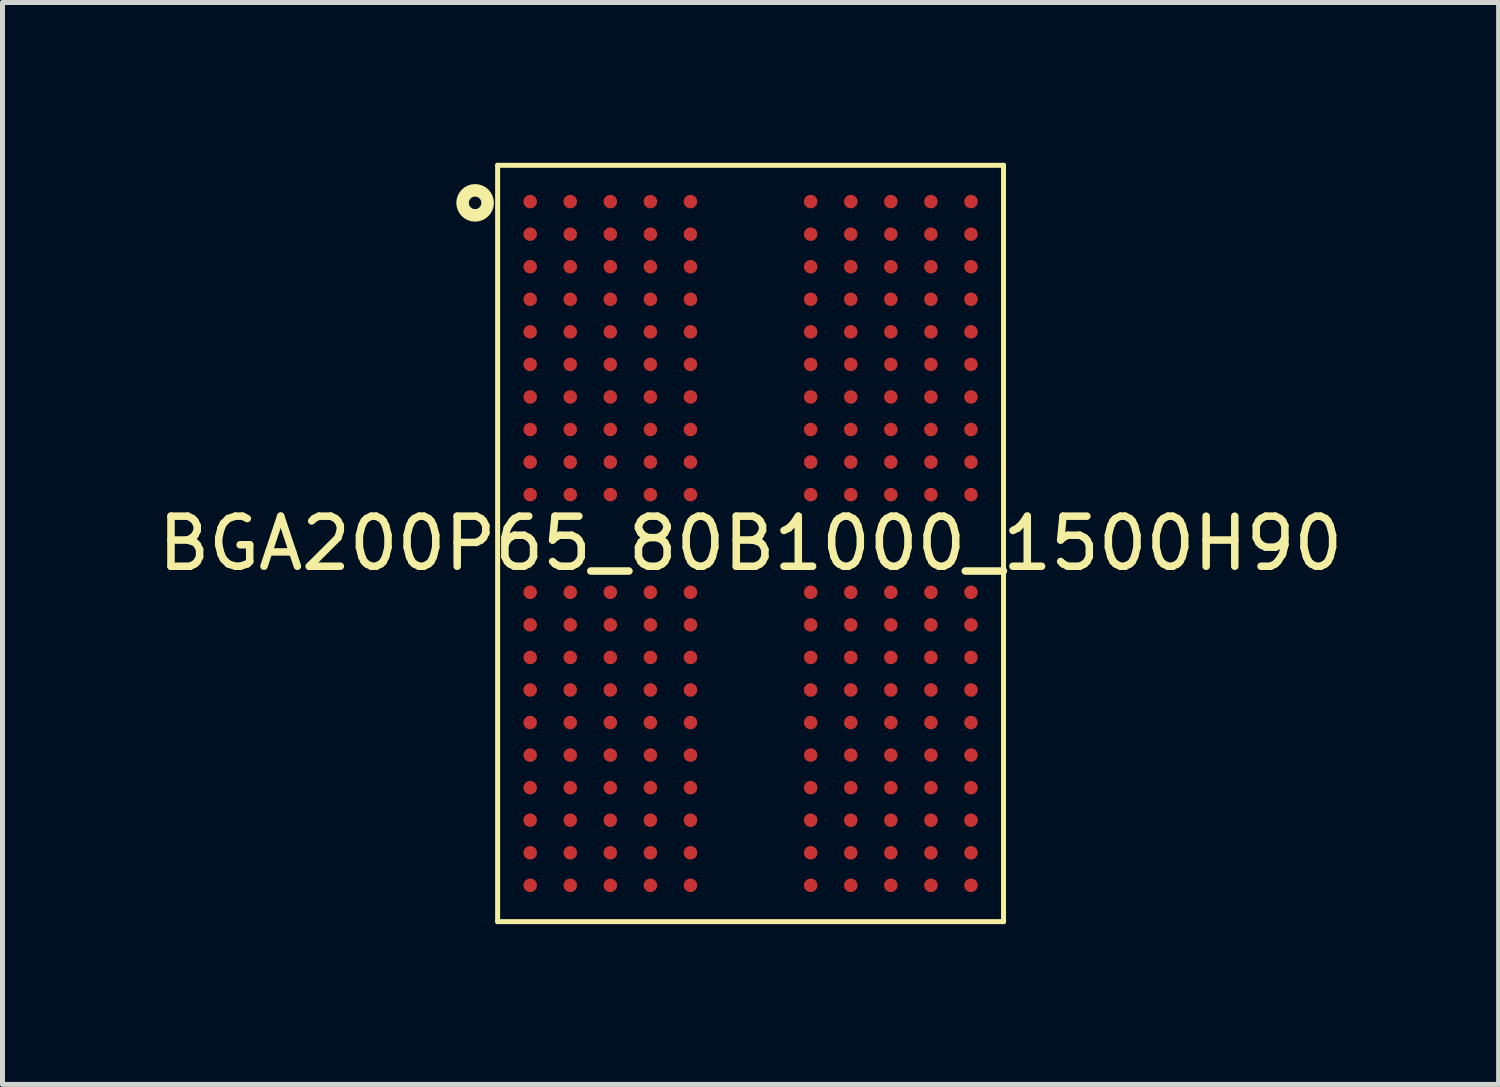
<source format=kicad_pcb>
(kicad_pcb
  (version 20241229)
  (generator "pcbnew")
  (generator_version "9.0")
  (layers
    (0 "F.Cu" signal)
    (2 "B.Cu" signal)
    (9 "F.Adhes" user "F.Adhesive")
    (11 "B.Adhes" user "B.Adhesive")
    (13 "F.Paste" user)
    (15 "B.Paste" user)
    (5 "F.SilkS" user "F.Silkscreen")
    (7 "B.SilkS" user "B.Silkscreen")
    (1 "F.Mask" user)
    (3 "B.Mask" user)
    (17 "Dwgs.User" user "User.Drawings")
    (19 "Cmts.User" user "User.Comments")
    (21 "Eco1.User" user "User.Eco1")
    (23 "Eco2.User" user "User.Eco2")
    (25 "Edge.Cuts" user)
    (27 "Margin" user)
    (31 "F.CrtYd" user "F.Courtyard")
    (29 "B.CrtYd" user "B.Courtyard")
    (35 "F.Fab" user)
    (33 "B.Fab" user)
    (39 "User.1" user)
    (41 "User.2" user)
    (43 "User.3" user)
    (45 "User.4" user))
  (footprint "BGA200P65_80B1000_1500H90"
    (layer "F.Cu")
    (at 11.935 7.8)
    (property "Reference" "BGA200P65_80B1000_1500H90" (at 0 0 0) (layer "F.SilkS") (effects (font (size 1 1) (thickness 0.15))))
    (fp_line (start -5.05 -7.55) (end 5.05 -7.55) (stroke (width 0.1) (type default)) (layer "F.SilkS"))
    (fp_line (start -5.05 7.55) (end -5.05 -7.55) (stroke (width 0.1) (type default)) (layer "F.SilkS"))
    (fp_line (start -5.05 7.55) (end 5.05 7.55) (stroke (width 0.1) (type default)) (layer "F.SilkS"))
    (fp_line (start 5.05 7.55) (end 5.05 -7.55) (stroke (width 0.1) (type default)) (layer "F.SilkS"))
    (fp_circle (center -5.5 -6.8) (end -5.25 -6.8) (stroke (width 0.25) (type default)) (fill no) (layer "F.SilkS"))
    (fp_line (start -5.25 -7.75) (end 5.25 -7.75) (stroke (width 0.025) (type default)) (layer "User.1"))
    (fp_line (start -5.25 7.75) (end -5.25 -7.75) (stroke (width 0.025) (type default)) (layer "User.1"))
    (fp_line (start -5.25 7.75) (end 5.25 7.75) (stroke (width 0.025) (type default)) (layer "User.1"))
    (fp_line (start -5.05 -7.55) (end 5.05 -7.55) (stroke (width 0.025) (type default)) (layer "User.1"))
    (fp_line (start -5.05 7.55) (end -5.05 -7.55) (stroke (width 0.025) (type default)) (layer "User.1"))
    (fp_line (start -5.05 7.55) (end 5.05 7.55) (stroke (width 0.025) (type default)) (layer "User.1"))
    (fp_line (start 5.05 7.55) (end 5.05 -7.55) (stroke (width 0.025) (type default)) (layer "User.1"))
    (fp_line (start 5.25 7.75) (end 5.25 -7.75) (stroke (width 0.025) (type default)) (layer "User.1"))
    (fp_poly (pts (xy -5.25 7.75) (xy 5.25 7.75) (xy 5.25 -7.75) (xy -5.05 -7.75) (xy -5.05 -7.6) (xy 5.1 -7.6) (xy 5.1 7.6) (xy -5.1 7.6) (xy -5.1 -7.55) (xy -5.1 -7.75) (xy -5.25 -7.75)) (stroke (width 0.1) (type default)) (fill no) (layer "User.1"))
    (fp_poly (pts (xy -5.25 7.75) (xy 5.25 7.75) (xy 5.25 -7.75) (xy -5.05 -7.75) (xy -5.05 -7.6) (xy 5.1 -7.6) (xy 5.1 7.6) (xy -5.1 7.6) (xy -5.1 -7.55) (xy -5.1 -7.75) (xy -5.25 -7.75)) (stroke (width 0.1) (type default)) (fill no) (layer "User.1"))
    (pad "A1" smd circle (at -4.4 -6.825) (size 0.27 0.27) (layers "F.Cu" "F.Mask" "F.Paste"))
    (pad "A2" smd circle (at -3.6 -6.825) (size 0.27 0.27) (layers "F.Cu" "F.Mask" "F.Paste"))
    (pad "A3" smd circle (at -2.8 -6.825) (size 0.27 0.27) (layers "F.Cu" "F.Mask" "F.Paste"))
    (pad "A4" smd circle (at -2 -6.825) (size 0.27 0.27) (layers "F.Cu" "F.Mask" "F.Paste"))
    (pad "A5" smd circle (at -1.2 -6.825) (size 0.27 0.27) (layers "F.Cu" "F.Mask" "F.Paste"))
    (pad "A8" smd circle (at 1.2 -6.825) (size 0.27 0.27) (layers "F.Cu" "F.Mask" "F.Paste"))
    (pad "A9" smd circle (at 2 -6.825) (size 0.27 0.27) (layers "F.Cu" "F.Mask" "F.Paste"))
    (pad "A10" smd circle (at 2.8 -6.825) (size 0.27 0.27) (layers "F.Cu" "F.Mask" "F.Paste"))
    (pad "A11" smd circle (at 3.6 -6.825) (size 0.27 0.27) (layers "F.Cu" "F.Mask" "F.Paste"))
    (pad "A12" smd circle (at 4.4 -6.825) (size 0.27 0.27) (layers "F.Cu" "F.Mask" "F.Paste"))
    (pad "AA1" smd circle (at -4.4 6.175) (size 0.27 0.27) (layers "F.Cu" "F.Mask" "F.Paste"))
    (pad "AA2" smd circle (at -3.6 6.175) (size 0.27 0.27) (layers "F.Cu" "F.Mask" "F.Paste"))
    (pad "AA3" smd circle (at -2.8 6.175) (size 0.27 0.27) (layers "F.Cu" "F.Mask" "F.Paste"))
    (pad "AA4" smd circle (at -2 6.175) (size 0.27 0.27) (layers "F.Cu" "F.Mask" "F.Paste"))
    (pad "AA5" smd circle (at -1.2 6.175) (size 0.27 0.27) (layers "F.Cu" "F.Mask" "F.Paste"))
    (pad "AA8" smd circle (at 1.2 6.175) (size 0.27 0.27) (layers "F.Cu" "F.Mask" "F.Paste"))
    (pad "AA9" smd circle (at 2 6.175) (size 0.27 0.27) (layers "F.Cu" "F.Mask" "F.Paste"))
    (pad "AA10" smd circle (at 2.8 6.175) (size 0.27 0.27) (layers "F.Cu" "F.Mask" "F.Paste"))
    (pad "AA11" smd circle (at 3.6 6.175) (size 0.27 0.27) (layers "F.Cu" "F.Mask" "F.Paste"))
    (pad "AA12" smd circle (at 4.4 6.175) (size 0.27 0.27) (layers "F.Cu" "F.Mask" "F.Paste"))
    (pad "AB1" smd circle (at -4.4 6.825) (size 0.27 0.27) (layers "F.Cu" "F.Mask" "F.Paste"))
    (pad "AB2" smd circle (at -3.6 6.825) (size 0.27 0.27) (layers "F.Cu" "F.Mask" "F.Paste"))
    (pad "AB3" smd circle (at -2.8 6.825) (size 0.27 0.27) (layers "F.Cu" "F.Mask" "F.Paste"))
    (pad "AB4" smd circle (at -2 6.825) (size 0.27 0.27) (layers "F.Cu" "F.Mask" "F.Paste"))
    (pad "AB5" smd circle (at -1.2 6.825) (size 0.27 0.27) (layers "F.Cu" "F.Mask" "F.Paste"))
    (pad "AB8" smd circle (at 1.2 6.825) (size 0.27 0.27) (layers "F.Cu" "F.Mask" "F.Paste"))
    (pad "AB9" smd circle (at 2 6.825) (size 0.27 0.27) (layers "F.Cu" "F.Mask" "F.Paste"))
    (pad "AB10" smd circle (at 2.8 6.825) (size 0.27 0.27) (layers "F.Cu" "F.Mask" "F.Paste"))
    (pad "AB11" smd circle (at 3.6 6.825) (size 0.27 0.27) (layers "F.Cu" "F.Mask" "F.Paste"))
    (pad "AB12" smd circle (at 4.4 6.825) (size 0.27 0.27) (layers "F.Cu" "F.Mask" "F.Paste"))
    (pad "B1" smd circle (at -4.4 -6.175) (size 0.27 0.27) (layers "F.Cu" "F.Mask" "F.Paste"))
    (pad "B2" smd circle (at -3.6 -6.175) (size 0.27 0.27) (layers "F.Cu" "F.Mask" "F.Paste"))
    (pad "B3" smd circle (at -2.8 -6.175) (size 0.27 0.27) (layers "F.Cu" "F.Mask" "F.Paste"))
    (pad "B4" smd circle (at -2 -6.175) (size 0.27 0.27) (layers "F.Cu" "F.Mask" "F.Paste"))
    (pad "B5" smd circle (at -1.2 -6.175) (size 0.27 0.27) (layers "F.Cu" "F.Mask" "F.Paste"))
    (pad "B8" smd circle (at 1.2 -6.175) (size 0.27 0.27) (layers "F.Cu" "F.Mask" "F.Paste"))
    (pad "B9" smd circle (at 2 -6.175) (size 0.27 0.27) (layers "F.Cu" "F.Mask" "F.Paste"))
    (pad "B10" smd circle (at 2.8 -6.175) (size 0.27 0.27) (layers "F.Cu" "F.Mask" "F.Paste"))
    (pad "B11" smd circle (at 3.6 -6.175) (size 0.27 0.27) (layers "F.Cu" "F.Mask" "F.Paste"))
    (pad "B12" smd circle (at 4.4 -6.175) (size 0.27 0.27) (layers "F.Cu" "F.Mask" "F.Paste"))
    (pad "C1" smd circle (at -4.4 -5.525) (size 0.27 0.27) (layers "F.Cu" "F.Mask" "F.Paste"))
    (pad "C2" smd circle (at -3.6 -5.525) (size 0.27 0.27) (layers "F.Cu" "F.Mask" "F.Paste"))
    (pad "C3" smd circle (at -2.8 -5.525) (size 0.27 0.27) (layers "F.Cu" "F.Mask" "F.Paste"))
    (pad "C4" smd circle (at -2 -5.525) (size 0.27 0.27) (layers "F.Cu" "F.Mask" "F.Paste"))
    (pad "C5" smd circle (at -1.2 -5.525) (size 0.27 0.27) (layers "F.Cu" "F.Mask" "F.Paste"))
    (pad "C8" smd circle (at 1.2 -5.525) (size 0.27 0.27) (layers "F.Cu" "F.Mask" "F.Paste"))
    (pad "C9" smd circle (at 2 -5.525) (size 0.27 0.27) (layers "F.Cu" "F.Mask" "F.Paste"))
    (pad "C10" smd circle (at 2.8 -5.525) (size 0.27 0.27) (layers "F.Cu" "F.Mask" "F.Paste"))
    (pad "C11" smd circle (at 3.6 -5.525) (size 0.27 0.27) (layers "F.Cu" "F.Mask" "F.Paste"))
    (pad "C12" smd circle (at 4.4 -5.525) (size 0.27 0.27) (layers "F.Cu" "F.Mask" "F.Paste"))
    (pad "D1" smd circle (at -4.4 -4.875) (size 0.27 0.27) (layers "F.Cu" "F.Mask" "F.Paste"))
    (pad "D2" smd circle (at -3.6 -4.875) (size 0.27 0.27) (layers "F.Cu" "F.Mask" "F.Paste"))
    (pad "D3" smd circle (at -2.8 -4.875) (size 0.27 0.27) (layers "F.Cu" "F.Mask" "F.Paste"))
    (pad "D4" smd circle (at -2 -4.875) (size 0.27 0.27) (layers "F.Cu" "F.Mask" "F.Paste"))
    (pad "D5" smd circle (at -1.2 -4.875) (size 0.27 0.27) (layers "F.Cu" "F.Mask" "F.Paste"))
    (pad "D8" smd circle (at 1.2 -4.875) (size 0.27 0.27) (layers "F.Cu" "F.Mask" "F.Paste"))
    (pad "D9" smd circle (at 2 -4.875) (size 0.27 0.27) (layers "F.Cu" "F.Mask" "F.Paste"))
    (pad "D10" smd circle (at 2.8 -4.875) (size 0.27 0.27) (layers "F.Cu" "F.Mask" "F.Paste"))
    (pad "D11" smd circle (at 3.6 -4.875) (size 0.27 0.27) (layers "F.Cu" "F.Mask" "F.Paste"))
    (pad "D12" smd circle (at 4.4 -4.875) (size 0.27 0.27) (layers "F.Cu" "F.Mask" "F.Paste"))
    (pad "E1" smd circle (at -4.4 -4.225) (size 0.27 0.27) (layers "F.Cu" "F.Mask" "F.Paste"))
    (pad "E2" smd circle (at -3.6 -4.225) (size 0.27 0.27) (layers "F.Cu" "F.Mask" "F.Paste"))
    (pad "E3" smd circle (at -2.8 -4.225) (size 0.27 0.27) (layers "F.Cu" "F.Mask" "F.Paste"))
    (pad "E4" smd circle (at -2 -4.225) (size 0.27 0.27) (layers "F.Cu" "F.Mask" "F.Paste"))
    (pad "E5" smd circle (at -1.2 -4.225) (size 0.27 0.27) (layers "F.Cu" "F.Mask" "F.Paste"))
    (pad "E8" smd circle (at 1.2 -4.225) (size 0.27 0.27) (layers "F.Cu" "F.Mask" "F.Paste"))
    (pad "E9" smd circle (at 2 -4.225) (size 0.27 0.27) (layers "F.Cu" "F.Mask" "F.Paste"))
    (pad "E10" smd circle (at 2.8 -4.225) (size 0.27 0.27) (layers "F.Cu" "F.Mask" "F.Paste"))
    (pad "E11" smd circle (at 3.6 -4.225) (size 0.27 0.27) (layers "F.Cu" "F.Mask" "F.Paste"))
    (pad "E12" smd circle (at 4.4 -4.225) (size 0.27 0.27) (layers "F.Cu" "F.Mask" "F.Paste"))
    (pad "F1" smd circle (at -4.4 -3.575) (size 0.27 0.27) (layers "F.Cu" "F.Mask" "F.Paste"))
    (pad "F2" smd circle (at -3.6 -3.575) (size 0.27 0.27) (layers "F.Cu" "F.Mask" "F.Paste"))
    (pad "F3" smd circle (at -2.8 -3.575) (size 0.27 0.27) (layers "F.Cu" "F.Mask" "F.Paste"))
    (pad "F4" smd circle (at -2 -3.575) (size 0.27 0.27) (layers "F.Cu" "F.Mask" "F.Paste"))
    (pad "F5" smd circle (at -1.2 -3.575) (size 0.27 0.27) (layers "F.Cu" "F.Mask" "F.Paste"))
    (pad "F8" smd circle (at 1.2 -3.575) (size 0.27 0.27) (layers "F.Cu" "F.Mask" "F.Paste"))
    (pad "F9" smd circle (at 2 -3.575) (size 0.27 0.27) (layers "F.Cu" "F.Mask" "F.Paste"))
    (pad "F10" smd circle (at 2.8 -3.575) (size 0.27 0.27) (layers "F.Cu" "F.Mask" "F.Paste"))
    (pad "F11" smd circle (at 3.6 -3.575) (size 0.27 0.27) (layers "F.Cu" "F.Mask" "F.Paste"))
    (pad "F12" smd circle (at 4.4 -3.575) (size 0.27 0.27) (layers "F.Cu" "F.Mask" "F.Paste"))
    (pad "G1" smd circle (at -4.4 -2.925) (size 0.27 0.27) (layers "F.Cu" "F.Mask" "F.Paste"))
    (pad "G2" smd circle (at -3.6 -2.925) (size 0.27 0.27) (layers "F.Cu" "F.Mask" "F.Paste"))
    (pad "G3" smd circle (at -2.8 -2.925) (size 0.27 0.27) (layers "F.Cu" "F.Mask" "F.Paste"))
    (pad "G4" smd circle (at -2 -2.925) (size 0.27 0.27) (layers "F.Cu" "F.Mask" "F.Paste"))
    (pad "G5" smd circle (at -1.2 -2.925) (size 0.27 0.27) (layers "F.Cu" "F.Mask" "F.Paste"))
    (pad "G8" smd circle (at 1.2 -2.925) (size 0.27 0.27) (layers "F.Cu" "F.Mask" "F.Paste"))
    (pad "G9" smd circle (at 2 -2.925) (size 0.27 0.27) (layers "F.Cu" "F.Mask" "F.Paste"))
    (pad "G10" smd circle (at 2.8 -2.925) (size 0.27 0.27) (layers "F.Cu" "F.Mask" "F.Paste"))
    (pad "G11" smd circle (at 3.6 -2.925) (size 0.27 0.27) (layers "F.Cu" "F.Mask" "F.Paste"))
    (pad "G12" smd circle (at 4.4 -2.925) (size 0.27 0.27) (layers "F.Cu" "F.Mask" "F.Paste"))
    (pad "H1" smd circle (at -4.4 -2.275) (size 0.27 0.27) (layers "F.Cu" "F.Mask" "F.Paste"))
    (pad "H2" smd circle (at -3.6 -2.275) (size 0.27 0.27) (layers "F.Cu" "F.Mask" "F.Paste"))
    (pad "H3" smd circle (at -2.8 -2.275) (size 0.27 0.27) (layers "F.Cu" "F.Mask" "F.Paste"))
    (pad "H4" smd circle (at -2 -2.275) (size 0.27 0.27) (layers "F.Cu" "F.Mask" "F.Paste"))
    (pad "H5" smd circle (at -1.2 -2.275) (size 0.27 0.27) (layers "F.Cu" "F.Mask" "F.Paste"))
    (pad "H8" smd circle (at 1.2 -2.275) (size 0.27 0.27) (layers "F.Cu" "F.Mask" "F.Paste"))
    (pad "H9" smd circle (at 2 -2.275) (size 0.27 0.27) (layers "F.Cu" "F.Mask" "F.Paste"))
    (pad "H10" smd circle (at 2.8 -2.275) (size 0.27 0.27) (layers "F.Cu" "F.Mask" "F.Paste"))
    (pad "H11" smd circle (at 3.6 -2.275) (size 0.27 0.27) (layers "F.Cu" "F.Mask" "F.Paste"))
    (pad "H12" smd circle (at 4.4 -2.275) (size 0.27 0.27) (layers "F.Cu" "F.Mask" "F.Paste"))
    (pad "J1" smd circle (at -4.4 -1.625) (size 0.27 0.27) (layers "F.Cu" "F.Mask" "F.Paste"))
    (pad "J2" smd circle (at -3.6 -1.625) (size 0.27 0.27) (layers "F.Cu" "F.Mask" "F.Paste"))
    (pad "J3" smd circle (at -2.8 -1.625) (size 0.27 0.27) (layers "F.Cu" "F.Mask" "F.Paste"))
    (pad "J4" smd circle (at -2 -1.625) (size 0.27 0.27) (layers "F.Cu" "F.Mask" "F.Paste"))
    (pad "J5" smd circle (at -1.2 -1.625) (size 0.27 0.27) (layers "F.Cu" "F.Mask" "F.Paste"))
    (pad "J8" smd circle (at 1.2 -1.625) (size 0.27 0.27) (layers "F.Cu" "F.Mask" "F.Paste"))
    (pad "J9" smd circle (at 2 -1.625) (size 0.27 0.27) (layers "F.Cu" "F.Mask" "F.Paste"))
    (pad "J10" smd circle (at 2.8 -1.625) (size 0.27 0.27) (layers "F.Cu" "F.Mask" "F.Paste"))
    (pad "J11" smd circle (at 3.6 -1.625) (size 0.27 0.27) (layers "F.Cu" "F.Mask" "F.Paste"))
    (pad "J12" smd circle (at 4.4 -1.625) (size 0.27 0.27) (layers "F.Cu" "F.Mask" "F.Paste"))
    (pad "K1" smd circle (at -4.4 -0.975) (size 0.27 0.27) (layers "F.Cu" "F.Mask" "F.Paste"))
    (pad "K2" smd circle (at -3.6 -0.975) (size 0.27 0.27) (layers "F.Cu" "F.Mask" "F.Paste"))
    (pad "K3" smd circle (at -2.8 -0.975) (size 0.27 0.27) (layers "F.Cu" "F.Mask" "F.Paste"))
    (pad "K4" smd circle (at -2 -0.975) (size 0.27 0.27) (layers "F.Cu" "F.Mask" "F.Paste"))
    (pad "K5" smd circle (at -1.2 -0.975) (size 0.27 0.27) (layers "F.Cu" "F.Mask" "F.Paste"))
    (pad "K8" smd circle (at 1.2 -0.975) (size 0.27 0.27) (layers "F.Cu" "F.Mask" "F.Paste"))
    (pad "K9" smd circle (at 2 -0.975) (size 0.27 0.27) (layers "F.Cu" "F.Mask" "F.Paste"))
    (pad "K10" smd circle (at 2.8 -0.975) (size 0.27 0.27) (layers "F.Cu" "F.Mask" "F.Paste"))
    (pad "K11" smd circle (at 3.6 -0.975) (size 0.27 0.27) (layers "F.Cu" "F.Mask" "F.Paste"))
    (pad "K12" smd circle (at 4.4 -0.975) (size 0.27 0.27) (layers "F.Cu" "F.Mask" "F.Paste"))
    (pad "N1" smd circle (at -4.4 0.975) (size 0.27 0.27) (layers "F.Cu" "F.Mask" "F.Paste"))
    (pad "N2" smd circle (at -3.6 0.975) (size 0.27 0.27) (layers "F.Cu" "F.Mask" "F.Paste"))
    (pad "N3" smd circle (at -2.8 0.975) (size 0.27 0.27) (layers "F.Cu" "F.Mask" "F.Paste"))
    (pad "N4" smd circle (at -2 0.975) (size 0.27 0.27) (layers "F.Cu" "F.Mask" "F.Paste"))
    (pad "N5" smd circle (at -1.2 0.975) (size 0.27 0.27) (layers "F.Cu" "F.Mask" "F.Paste"))
    (pad "N8" smd circle (at 1.2 0.975) (size 0.27 0.27) (layers "F.Cu" "F.Mask" "F.Paste"))
    (pad "N9" smd circle (at 2 0.975) (size 0.27 0.27) (layers "F.Cu" "F.Mask" "F.Paste"))
    (pad "N10" smd circle (at 2.8 0.975) (size 0.27 0.27) (layers "F.Cu" "F.Mask" "F.Paste"))
    (pad "N11" smd circle (at 3.6 0.975) (size 0.27 0.27) (layers "F.Cu" "F.Mask" "F.Paste"))
    (pad "N12" smd circle (at 4.4 0.975) (size 0.27 0.27) (layers "F.Cu" "F.Mask" "F.Paste"))
    (pad "P1" smd circle (at -4.4 1.625) (size 0.27 0.27) (layers "F.Cu" "F.Mask" "F.Paste"))
    (pad "P2" smd circle (at -3.6 1.625) (size 0.27 0.27) (layers "F.Cu" "F.Mask" "F.Paste"))
    (pad "P3" smd circle (at -2.8 1.625) (size 0.27 0.27) (layers "F.Cu" "F.Mask" "F.Paste"))
    (pad "P4" smd circle (at -2 1.625) (size 0.27 0.27) (layers "F.Cu" "F.Mask" "F.Paste"))
    (pad "P5" smd circle (at -1.2 1.625) (size 0.27 0.27) (layers "F.Cu" "F.Mask" "F.Paste"))
    (pad "P8" smd circle (at 1.2 1.625) (size 0.27 0.27) (layers "F.Cu" "F.Mask" "F.Paste"))
    (pad "P9" smd circle (at 2 1.625) (size 0.27 0.27) (layers "F.Cu" "F.Mask" "F.Paste"))
    (pad "P10" smd circle (at 2.8 1.625) (size 0.27 0.27) (layers "F.Cu" "F.Mask" "F.Paste"))
    (pad "P11" smd circle (at 3.6 1.625) (size 0.27 0.27) (layers "F.Cu" "F.Mask" "F.Paste"))
    (pad "P12" smd circle (at 4.4 1.625) (size 0.27 0.27) (layers "F.Cu" "F.Mask" "F.Paste"))
    (pad "R1" smd circle (at -4.4 2.275) (size 0.27 0.27) (layers "F.Cu" "F.Mask" "F.Paste"))
    (pad "R2" smd circle (at -3.6 2.275) (size 0.27 0.27) (layers "F.Cu" "F.Mask" "F.Paste"))
    (pad "R3" smd circle (at -2.8 2.275) (size 0.27 0.27) (layers "F.Cu" "F.Mask" "F.Paste"))
    (pad "R4" smd circle (at -2 2.275) (size 0.27 0.27) (layers "F.Cu" "F.Mask" "F.Paste"))
    (pad "R5" smd circle (at -1.2 2.275) (size 0.27 0.27) (layers "F.Cu" "F.Mask" "F.Paste"))
    (pad "R8" smd circle (at 1.2 2.275) (size 0.27 0.27) (layers "F.Cu" "F.Mask" "F.Paste"))
    (pad "R9" smd circle (at 2 2.275) (size 0.27 0.27) (layers "F.Cu" "F.Mask" "F.Paste"))
    (pad "R10" smd circle (at 2.8 2.275) (size 0.27 0.27) (layers "F.Cu" "F.Mask" "F.Paste"))
    (pad "R11" smd circle (at 3.6 2.275) (size 0.27 0.27) (layers "F.Cu" "F.Mask" "F.Paste"))
    (pad "R12" smd circle (at 4.4 2.275) (size 0.27 0.27) (layers "F.Cu" "F.Mask" "F.Paste"))
    (pad "T1" smd circle (at -4.4 2.925) (size 0.27 0.27) (layers "F.Cu" "F.Mask" "F.Paste"))
    (pad "T2" smd circle (at -3.6 2.925) (size 0.27 0.27) (layers "F.Cu" "F.Mask" "F.Paste"))
    (pad "T3" smd circle (at -2.8 2.925) (size 0.27 0.27) (layers "F.Cu" "F.Mask" "F.Paste"))
    (pad "T4" smd circle (at -2 2.925) (size 0.27 0.27) (layers "F.Cu" "F.Mask" "F.Paste"))
    (pad "T5" smd circle (at -1.2 2.925) (size 0.27 0.27) (layers "F.Cu" "F.Mask" "F.Paste"))
    (pad "T8" smd circle (at 1.2 2.925) (size 0.27 0.27) (layers "F.Cu" "F.Mask" "F.Paste"))
    (pad "T9" smd circle (at 2 2.925) (size 0.27 0.27) (layers "F.Cu" "F.Mask" "F.Paste"))
    (pad "T10" smd circle (at 2.8 2.925) (size 0.27 0.27) (layers "F.Cu" "F.Mask" "F.Paste"))
    (pad "T11" smd circle (at 3.6 2.925) (size 0.27 0.27) (layers "F.Cu" "F.Mask" "F.Paste"))
    (pad "T12" smd circle (at 4.4 2.925) (size 0.27 0.27) (layers "F.Cu" "F.Mask" "F.Paste"))
    (pad "U1" smd circle (at -4.4 3.575) (size 0.27 0.27) (layers "F.Cu" "F.Mask" "F.Paste"))
    (pad "U2" smd circle (at -3.6 3.575) (size 0.27 0.27) (layers "F.Cu" "F.Mask" "F.Paste"))
    (pad "U3" smd circle (at -2.8 3.575) (size 0.27 0.27) (layers "F.Cu" "F.Mask" "F.Paste"))
    (pad "U4" smd circle (at -2 3.575) (size 0.27 0.27) (layers "F.Cu" "F.Mask" "F.Paste"))
    (pad "U5" smd circle (at -1.2 3.575) (size 0.27 0.27) (layers "F.Cu" "F.Mask" "F.Paste"))
    (pad "U8" smd circle (at 1.2 3.575) (size 0.27 0.27) (layers "F.Cu" "F.Mask" "F.Paste"))
    (pad "U9" smd circle (at 2 3.575) (size 0.27 0.27) (layers "F.Cu" "F.Mask" "F.Paste"))
    (pad "U10" smd circle (at 2.8 3.575) (size 0.27 0.27) (layers "F.Cu" "F.Mask" "F.Paste"))
    (pad "U11" smd circle (at 3.6 3.575) (size 0.27 0.27) (layers "F.Cu" "F.Mask" "F.Paste"))
    (pad "U12" smd circle (at 4.4 3.575) (size 0.27 0.27) (layers "F.Cu" "F.Mask" "F.Paste"))
    (pad "V1" smd circle (at -4.4 4.225) (size 0.27 0.27) (layers "F.Cu" "F.Mask" "F.Paste"))
    (pad "V2" smd circle (at -3.6 4.225) (size 0.27 0.27) (layers "F.Cu" "F.Mask" "F.Paste"))
    (pad "V3" smd circle (at -2.8 4.225) (size 0.27 0.27) (layers "F.Cu" "F.Mask" "F.Paste"))
    (pad "V4" smd circle (at -2 4.225) (size 0.27 0.27) (layers "F.Cu" "F.Mask" "F.Paste"))
    (pad "V5" smd circle (at -1.2 4.225) (size 0.27 0.27) (layers "F.Cu" "F.Mask" "F.Paste"))
    (pad "V8" smd circle (at 1.2 4.225) (size 0.27 0.27) (layers "F.Cu" "F.Mask" "F.Paste"))
    (pad "V9" smd circle (at 2 4.225) (size 0.27 0.27) (layers "F.Cu" "F.Mask" "F.Paste"))
    (pad "V10" smd circle (at 2.8 4.225) (size 0.27 0.27) (layers "F.Cu" "F.Mask" "F.Paste"))
    (pad "V11" smd circle (at 3.6 4.225) (size 0.27 0.27) (layers "F.Cu" "F.Mask" "F.Paste"))
    (pad "V12" smd circle (at 4.4 4.225) (size 0.27 0.27) (layers "F.Cu" "F.Mask" "F.Paste"))
    (pad "W1" smd circle (at -4.4 4.875) (size 0.27 0.27) (layers "F.Cu" "F.Mask" "F.Paste"))
    (pad "W2" smd circle (at -3.6 4.875) (size 0.27 0.27) (layers "F.Cu" "F.Mask" "F.Paste"))
    (pad "W3" smd circle (at -2.8 4.875) (size 0.27 0.27) (layers "F.Cu" "F.Mask" "F.Paste"))
    (pad "W4" smd circle (at -2 4.875) (size 0.27 0.27) (layers "F.Cu" "F.Mask" "F.Paste"))
    (pad "W5" smd circle (at -1.2 4.875) (size 0.27 0.27) (layers "F.Cu" "F.Mask" "F.Paste"))
    (pad "W8" smd circle (at 1.2 4.875) (size 0.27 0.27) (layers "F.Cu" "F.Mask" "F.Paste"))
    (pad "W9" smd circle (at 2 4.875) (size 0.27 0.27) (layers "F.Cu" "F.Mask" "F.Paste"))
    (pad "W10" smd circle (at 2.8 4.875) (size 0.27 0.27) (layers "F.Cu" "F.Mask" "F.Paste"))
    (pad "W11" smd circle (at 3.6 4.875) (size 0.27 0.27) (layers "F.Cu" "F.Mask" "F.Paste"))
    (pad "W12" smd circle (at 4.4 4.875) (size 0.27 0.27) (layers "F.Cu" "F.Mask" "F.Paste"))
    (pad "Y1" smd circle (at -4.4 5.525) (size 0.27 0.27) (layers "F.Cu" "F.Mask" "F.Paste"))
    (pad "Y2" smd circle (at -3.6 5.525) (size 0.27 0.27) (layers "F.Cu" "F.Mask" "F.Paste"))
    (pad "Y3" smd circle (at -2.8 5.525) (size 0.27 0.27) (layers "F.Cu" "F.Mask" "F.Paste"))
    (pad "Y4" smd circle (at -2 5.525) (size 0.27 0.27) (layers "F.Cu" "F.Mask" "F.Paste"))
    (pad "Y5" smd circle (at -1.2 5.525) (size 0.27 0.27) (layers "F.Cu" "F.Mask" "F.Paste"))
    (pad "Y8" smd circle (at 1.2 5.525) (size 0.27 0.27) (layers "F.Cu" "F.Mask" "F.Paste"))
    (pad "Y9" smd circle (at 2 5.525) (size 0.27 0.27) (layers "F.Cu" "F.Mask" "F.Paste"))
    (pad "Y10" smd circle (at 2.8 5.525) (size 0.27 0.27) (layers "F.Cu" "F.Mask" "F.Paste"))
    (pad "Y11" smd circle (at 3.6 5.525) (size 0.27 0.27) (layers "F.Cu" "F.Mask" "F.Paste"))
    (pad "Y12" smd circle (at 4.4 5.525) (size 0.27 0.27) (layers "F.Cu" "F.Mask" "F.Paste")))
  (gr_rect
    (start -3 -3)
    (end 26.869 18.6)
    (stroke (width 0.1) (type default))
    (fill no)
    (layer "Edge.Cuts")))
</source>
